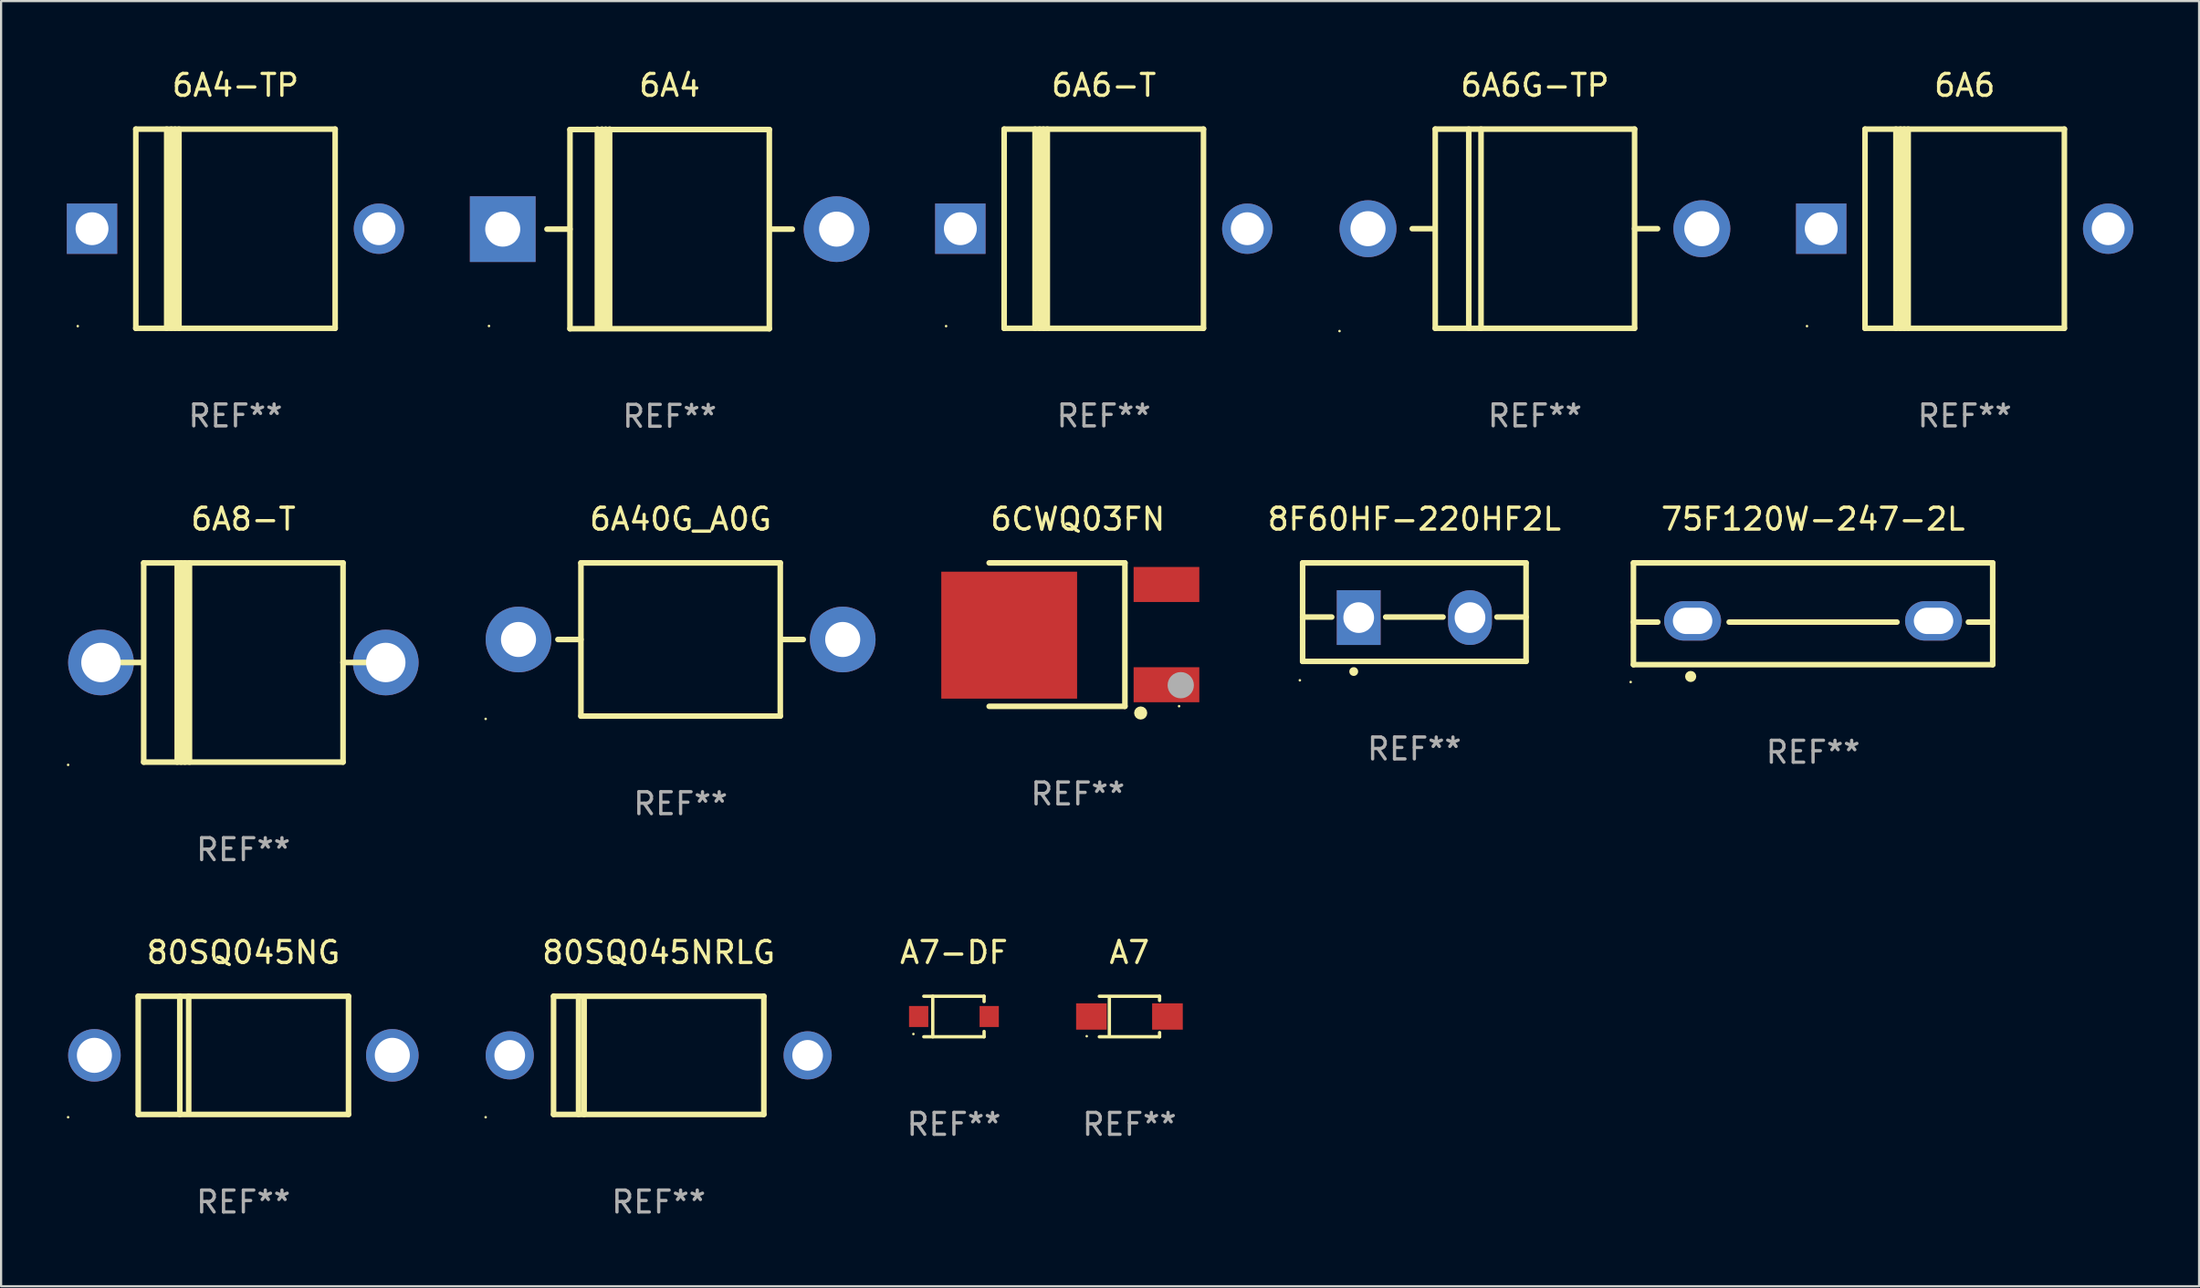
<source format=kicad_pcb>
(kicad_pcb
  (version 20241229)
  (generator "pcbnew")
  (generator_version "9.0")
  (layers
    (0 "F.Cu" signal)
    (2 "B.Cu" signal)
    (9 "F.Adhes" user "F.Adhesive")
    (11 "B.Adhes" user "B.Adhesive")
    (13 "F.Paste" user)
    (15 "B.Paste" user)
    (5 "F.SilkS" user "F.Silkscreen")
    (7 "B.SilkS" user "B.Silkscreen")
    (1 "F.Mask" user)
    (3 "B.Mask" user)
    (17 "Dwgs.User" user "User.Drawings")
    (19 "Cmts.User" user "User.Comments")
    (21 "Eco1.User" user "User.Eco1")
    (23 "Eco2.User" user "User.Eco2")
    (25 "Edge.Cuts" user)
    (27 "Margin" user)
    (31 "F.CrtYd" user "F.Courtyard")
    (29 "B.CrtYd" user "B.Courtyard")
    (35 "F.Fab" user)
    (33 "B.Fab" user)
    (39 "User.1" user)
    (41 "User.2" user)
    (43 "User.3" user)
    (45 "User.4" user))
  (footprint "8F60HF-220HF2L"
    (layer "F.Cu")
    (at 61.516 24.915)
    (property "Reference" "8F60HF-220HF2L" (at 0 -4.25 0) (layer "F.SilkS") (effects (font (size 1 1) (thickness 0.15))))
    (attr through_hole)
    (fp_line (start -5.1 -2.25) (end -5.1 2.25) (stroke (width 0.254) (type solid)) (layer "F.SilkS"))
    (fp_line (start -5.1 0.224) (end -3.772 0.224) (stroke (width 0.254) (type solid)) (layer "F.SilkS"))
    (fp_line (start -5.1 2.25) (end 5.1 2.25) (stroke (width 0.254) (type solid)) (layer "F.SilkS"))
    (fp_line (start -1.308 0.224) (end 1.309 0.224) (stroke (width 0.254) (type solid)) (layer "F.SilkS"))
    (fp_line (start 3.771 0.224) (end 5.1 0.224) (stroke (width 0.254) (type solid)) (layer "F.SilkS"))
    (fp_line (start 5.1 -2.25) (end -5.1 -2.25) (stroke (width 0.254) (type solid)) (layer "F.SilkS"))
    (fp_line (start 5.1 -2.25) (end 5.1 2.25) (stroke (width 0.254) (type solid)) (layer "F.SilkS"))
    (fp_arc (start -2.768606 2.713805) (mid -2.767336 2.713801) (end -2.766066 2.713805) (stroke (width 0.4) (type solid)) (layer "F.SilkS"))
    (fp_circle (center -5.227 3.114) (end -5.197 3.114) (stroke (width 0.06) (type solid)) (fill no) (layer "F.SilkS"))
    (fp_text user "REF**" (at 0 6.25 0) (layer "F.Fab") (effects (font (size 1 1) (thickness 0.15))))
    (pad "1" thru_hole rect (at -2.54 0.25) (size 2 2.5) (drill 1.4) (layers "*.Cu" "*.Mask"))
    (pad "3" thru_hole oval (at 2.54 0.25) (size 2 2.5) (drill 1.4) (layers "*.Cu" "*.Mask")))
  (footprint "6A4"
    (layer "F.Cu")
    (at 27.52 7.408)
    (property "Reference" "6A4" (at 0 -6.56 0) (layer "F.SilkS") (effects (font (size 1 1) (thickness 0.15))))
    (attr through_hole)
    (fp_line (start -5.6 0.01) (end -4.55 0.01) (stroke (width 0.254) (type solid)) (layer "F.SilkS"))
    (fp_line (start -4.55 -4.54) (end -4.55 4.56) (stroke (width 0.254) (type solid)) (layer "F.SilkS"))
    (fp_line (start -4.55 -4.54) (end 4.55 -4.54) (stroke (width 0.254) (type solid)) (layer "F.SilkS"))
    (fp_line (start -3.3 4.54) (end -3.3 -4.56) (stroke (width 0.254) (type solid)) (layer "F.SilkS"))
    (fp_line (start -3.09 4.54) (end -3.09 -4.56) (stroke (width 0.254) (type solid)) (layer "F.SilkS"))
    (fp_line (start -2.919 4.541) (end -2.919 -4.559) (stroke (width 0.254) (type solid)) (layer "F.SilkS"))
    (fp_line (start -2.74 4.54) (end -2.74 -4.56) (stroke (width 0.254) (type solid)) (layer "F.SilkS"))
    (fp_line (start 4.55 4.56) (end 4.55 -4.54) (stroke (width 0.254) (type solid)) (layer "F.SilkS"))
    (fp_line (start 4.55 4.56) (end -4.55 4.56) (stroke (width 0.254) (type solid)) (layer "F.SilkS"))
    (fp_line (start 4.58 0.01) (end 5.6 0.01) (stroke (width 0.254) (type solid)) (layer "F.SilkS"))
    (fp_circle (center -8.248 4.435) (end -8.218 4.435) (stroke (width 0.06) (type solid)) (fill no) (layer "F.SilkS"))
    (fp_text user "REF**" (at 0 8.56 0) (layer "F.Fab") (effects (font (size 1 1) (thickness 0.15))))
    (pad "1" thru_hole rect (at -7.62 0.01 180) (size 3 3) (drill 1.6) (layers "*.Cu" "*.Mask"))
    (pad "2" thru_hole circle (at 7.62 0.01) (size 3 3) (drill 1.6) (layers "*.Cu" "*.Mask")))
  (footprint "A7-DF"
    (layer "F.Cu")
    (at 40.498 43.389)
    (property "Reference" "A7-DF" (at 0 -2.926 0) (layer "F.SilkS") (effects (font (size 1 1) (thickness 0.15))))
    (attr through_hole)
    (fp_line (start -1.376 -0.926) (end 1.376 -0.926) (stroke (width 0.152) (type solid)) (layer "F.SilkS"))
    (fp_line (start -1.376 0.926) (end 1.376 0.926) (stroke (width 0.152) (type solid)) (layer "F.SilkS"))
    (fp_line (start -0.967 -0.926) (end -0.967 0.926) (stroke (width 0.152) (type solid)) (layer "F.SilkS"))
    (fp_line (start 1.376 -0.926) (end 1.376 -0.683) (stroke (width 0.152) (type solid)) (layer "F.SilkS"))
    (fp_line (start 1.376 0.926) (end 1.376 0.683) (stroke (width 0.152) (type solid)) (layer "F.SilkS"))
    (fp_circle (center -1.85 0.8) (end -1.82 0.8) (stroke (width 0.06) (type solid)) (fill no) (layer "F.SilkS"))
    (fp_text user "REF**" (at 0 4.926 0) (layer "F.Fab") (effects (font (size 1 1) (thickness 0.15))))
    (pad "1" smd rect (at -1.61 0) (size 0.88 0.96) (layers "F.Cu" "F.Mask" "F.Paste"))
    (pad "2" smd rect (at 1.61 0) (size 0.88 0.96) (layers "F.Cu" "F.Mask" "F.Paste")))
  (footprint "75F120W-247-2L"
    (layer "F.Cu")
    (at 79.718 24.99)
    (property "Reference" "75F120W-247-2L" (at 0 -4.325 0) (layer "F.SilkS") (effects (font (size 1 1) (thickness 0.15))))
    (attr through_hole)
    (fp_line (start -8.2 -2.325) (end -8.2 2.325) (stroke (width 0.254) (type solid)) (layer "F.SilkS"))
    (fp_line (start -8.2 -2.325) (end 8.2 -2.325) (stroke (width 0.254) (type solid)) (layer "F.SilkS"))
    (fp_line (start -8.2 0.38) (end -7.09 0.38) (stroke (width 0.254) (type solid)) (layer "F.SilkS"))
    (fp_line (start -8.2 2.325) (end 8.2 2.325) (stroke (width 0.254) (type solid)) (layer "F.SilkS"))
    (fp_line (start -3.83 0.38) (end 3.83 0.38) (stroke (width 0.254) (type solid)) (layer "F.SilkS"))
    (fp_line (start 7.09 0.38) (end 8.2 0.38) (stroke (width 0.254) (type solid)) (layer "F.SilkS"))
    (fp_line (start 8.2 -2.325) (end 8.2 2.325) (stroke (width 0.254) (type solid)) (layer "F.SilkS"))
    (fp_circle (center -8.327 3.119) (end -8.297 3.119) (stroke (width 0.06) (type solid)) (fill no) (layer "F.SilkS"))
    (fp_circle (center -5.588 2.865) (end -5.461 2.865) (stroke (width 0.254) (type solid)) (fill no) (layer "F.SilkS"))
    (fp_text user "REF**" (at 0 6.325 0) (layer "F.Fab") (effects (font (size 1 1) (thickness 0.15))))
    (pad "1" thru_hole oval (at -5.5 0.325) (size 2.6 1.8) (drill oval 1.8 1.2) (layers "*.Cu" "*.Mask"))
    (pad "3" thru_hole oval (at 5.5 0.325) (size 2.6 1.8) (drill oval 1.8 1.2) (layers "*.Cu" "*.Mask")))
  (footprint "6A6"
    (layer "F.Cu")
    (at 86.64 7.399)
    (property "Reference" "6A6" (at 0 -6.551 0) (layer "F.SilkS") (effects (font (size 1 1) (thickness 0.15))))
    (attr through_hole)
    (fp_line (start -4.55 -4.55) (end -4.55 4.55) (stroke (width 0.254) (type solid)) (layer "F.SilkS"))
    (fp_line (start -4.55 -4.55) (end 4.55 -4.55) (stroke (width 0.254) (type solid)) (layer "F.SilkS"))
    (fp_line (start -3.14 4.55) (end -3.14 -4.551) (stroke (width 0.254) (type solid)) (layer "F.SilkS"))
    (fp_line (start -2.93 4.55) (end -2.93 -4.551) (stroke (width 0.254) (type solid)) (layer "F.SilkS"))
    (fp_line (start -2.759 4.551) (end -2.759 -4.55) (stroke (width 0.254) (type solid)) (layer "F.SilkS"))
    (fp_line (start -2.58 4.55) (end -2.58 -4.551) (stroke (width 0.254) (type solid)) (layer "F.SilkS"))
    (fp_line (start 4.55 4.55) (end 4.55 -4.55) (stroke (width 0.254) (type solid)) (layer "F.SilkS"))
    (fp_line (start 4.55 4.549) (end -4.55 4.549) (stroke (width 0.254) (type solid)) (layer "F.SilkS"))
    (fp_circle (center -7.2 4.45) (end -7.17 4.45) (stroke (width 0.06) (type solid)) (fill no) (layer "F.SilkS"))
    (fp_text user "REF**" (at 0 8.551 0) (layer "F.Fab") (effects (font (size 1 1) (thickness 0.15))))
    (pad "1" thru_hole rect (at -6.55 -0.000483 180) (size 2.3 2.3) (drill 1.5) (layers "*.Cu" "*.Mask"))
    (pad "2" thru_hole circle (at 6.55 -0.000483) (size 2.3 2.3) (drill 1.5) (layers "*.Cu" "*.Mask")))
  (footprint "6A6-T"
    (layer "F.Cu")
    (at 47.34 7.399)
    (property "Reference" "6A6-T" (at 0 -6.551 0) (layer "F.SilkS") (effects (font (size 1 1) (thickness 0.15))))
    (attr through_hole)
    (fp_line (start -4.55 -4.55) (end -4.55 4.55) (stroke (width 0.254) (type solid)) (layer "F.SilkS"))
    (fp_line (start -4.55 -4.55) (end 4.55 -4.55) (stroke (width 0.254) (type solid)) (layer "F.SilkS"))
    (fp_line (start -3.14 4.55) (end -3.14 -4.551) (stroke (width 0.254) (type solid)) (layer "F.SilkS"))
    (fp_line (start -2.93 4.55) (end -2.93 -4.551) (stroke (width 0.254) (type solid)) (layer "F.SilkS"))
    (fp_line (start -2.759 4.551) (end -2.759 -4.55) (stroke (width 0.254) (type solid)) (layer "F.SilkS"))
    (fp_line (start -2.58 4.55) (end -2.58 -4.551) (stroke (width 0.254) (type solid)) (layer "F.SilkS"))
    (fp_line (start 4.55 4.55) (end 4.55 -4.55) (stroke (width 0.254) (type solid)) (layer "F.SilkS"))
    (fp_line (start 4.55 4.549) (end -4.55 4.549) (stroke (width 0.254) (type solid)) (layer "F.SilkS"))
    (fp_circle (center -7.2 4.45) (end -7.17 4.45) (stroke (width 0.06) (type solid)) (fill no) (layer "F.SilkS"))
    (fp_text user "REF**" (at 0 8.551 0) (layer "F.Fab") (effects (font (size 1 1) (thickness 0.15))))
    (pad "1" thru_hole rect (at -6.55 -0.000483 180) (size 2.3 2.3) (drill 1.5) (layers "*.Cu" "*.Mask"))
    (pad "2" thru_hole circle (at 6.55 -0.000483) (size 2.3 2.3) (drill 1.5) (layers "*.Cu" "*.Mask")))
  (footprint "6A40G_A0G"
    (layer "F.Cu")
    (at 28.02 26.165)
    (property "Reference" "6A40G_A0G" (at 0 -5.5 0) (layer "F.SilkS") (effects (font (size 1 1) (thickness 0.15))))
    (attr through_hole)
    (fp_line (start -5.6 0) (end -4.55 0) (stroke (width 0.254) (type solid)) (layer "F.SilkS"))
    (fp_line (start -4.55 -3.5) (end -4.55 3.5) (stroke (width 0.254) (type solid)) (layer "F.SilkS"))
    (fp_line (start -4.55 -3.5) (end 4.55 -3.5) (stroke (width 0.254) (type solid)) (layer "F.SilkS"))
    (fp_line (start 4.55 3.5) (end 4.55 -3.5) (stroke (width 0.254) (type solid)) (layer "F.SilkS"))
    (fp_line (start 4.55 3.5) (end -4.55 3.5) (stroke (width 0.254) (type solid)) (layer "F.SilkS"))
    (fp_line (start 4.58 0) (end 5.6 0) (stroke (width 0.254) (type solid)) (layer "F.SilkS"))
    (fp_circle (center -8.9 3.627) (end -8.87 3.627) (stroke (width 0.06) (type solid)) (fill no) (layer "F.SilkS"))
    (fp_text user "REF**" (at 0 7.5 0) (layer "F.Fab") (effects (font (size 1 1) (thickness 0.15))))
    (pad "1" thru_hole circle (at -7.4 0) (size 3 3) (drill 1.6) (layers "*.Cu" "*.Mask"))
    (pad "2" thru_hole circle (at 7.4 0) (size 3 3) (drill 1.6) (layers "*.Cu" "*.Mask")))
  (footprint "6A6G-TP"
    (layer "F.Cu")
    (at 67.02 7.398)
    (property "Reference" "6A6G-TP" (at 0 -6.55 0) (layer "F.SilkS") (effects (font (size 1 1) (thickness 0.15))))
    (attr through_hole)
    (fp_line (start -4.58 0.000127) (end -5.6 0.000127) (stroke (width 0.254) (type solid)) (layer "F.SilkS"))
    (fp_line (start -4.55 -4.55) (end 4.55 -4.55) (stroke (width 0.254) (type solid)) (layer "F.SilkS"))
    (fp_line (start -4.55 -4.55) (end -4.55 4.55) (stroke (width 0.254) (type solid)) (layer "F.SilkS"))
    (fp_line (start -3.02 -4.55) (end -3.02 4.55) (stroke (width 0.254) (type solid)) (layer "F.SilkS"))
    (fp_line (start -2.46 -4.55) (end -2.46 4.55) (stroke (width 0.254) (type solid)) (layer "F.SilkS"))
    (fp_line (start 4.55 4.55) (end -4.55 4.55) (stroke (width 0.254) (type solid)) (layer "F.SilkS"))
    (fp_line (start 4.55 4.55) (end 4.55 -4.55) (stroke (width 0.254) (type solid)) (layer "F.SilkS"))
    (fp_line (start 5.6 0.000127) (end 4.55 0.000127) (stroke (width 0.254) (type solid)) (layer "F.SilkS"))
    (fp_circle (center -8.92 4.677) (end -8.89 4.677) (stroke (width 0.06) (type solid)) (fill no) (layer "F.SilkS"))
    (fp_text user "REF**" (at 0 8.55 0) (layer "F.Fab") (effects (font (size 1 1) (thickness 0.15))))
    (pad "1" thru_hole circle (at -7.62 0.000127) (size 2.6 2.6) (drill 1.6) (layers "*.Cu" "*.Mask"))
    (pad "2" thru_hole circle (at 7.62 0.000127) (size 2.6 2.6) (drill 1.6) (layers "*.Cu" "*.Mask")))
  (footprint "A7"
    (layer "F.Cu")
    (at 48.51 43.389)
    (property "Reference" "A7" (at 0 -2.926 0) (layer "F.SilkS") (effects (font (size 1 1) (thickness 0.15))))
    (attr through_hole)
    (fp_line (start -1.376 -0.926) (end 1.376 -0.926) (stroke (width 0.152) (type solid)) (layer "F.SilkS"))
    (fp_line (start -1.376 0.926) (end 1.376 0.926) (stroke (width 0.152) (type solid)) (layer "F.SilkS"))
    (fp_line (start -0.917 -0.876) (end -0.917 0.876) (stroke (width 0.152) (type solid)) (layer "F.SilkS"))
    (fp_line (start 1.376 -0.926) (end 1.376 -0.733) (stroke (width 0.152) (type solid)) (layer "F.SilkS"))
    (fp_line (start 1.376 0.926) (end 1.376 0.733) (stroke (width 0.152) (type solid)) (layer "F.SilkS"))
    (fp_circle (center -1.95 0.9) (end -1.92 0.9) (stroke (width 0.06) (type solid)) (fill no) (layer "F.SilkS"))
    (fp_text user "REF**" (at 0 4.926 0) (layer "F.Fab") (effects (font (size 1 1) (thickness 0.15))))
    (pad "1" smd rect (at -1.735 0) (size 1.4 1.2) (layers "F.Cu" "F.Mask" "F.Paste"))
    (pad "2" smd rect (at 1.735 0) (size 1.4 1.2) (layers "F.Cu" "F.Mask" "F.Paste")))
  (footprint "80SQ045NRLG"
    (layer "F.Cu")
    (at 27.02 45.163)
    (property "Reference" "80SQ045NRLG" (at 0 -4.7 0) (layer "F.SilkS") (effects (font (size 1 1) (thickness 0.15))))
    (attr through_hole)
    (fp_line (start -4.8 -2.7) (end 4.8 -2.7) (stroke (width 0.254) (type solid)) (layer "F.SilkS"))
    (fp_line (start -4.8 2.7) (end -4.8 -2.7) (stroke (width 0.254) (type solid)) (layer "F.SilkS"))
    (fp_line (start -3.658 2.7) (end -3.658 -2.7) (stroke (width 0.254) (type solid)) (layer "F.SilkS"))
    (fp_line (start -3.404 2.7) (end -3.404 -2.54) (stroke (width 0.254) (type solid)) (layer "F.SilkS"))
    (fp_line (start 4.8 2.7) (end -4.8 2.7) (stroke (width 0.254) (type solid)) (layer "F.SilkS"))
    (fp_line (start 4.8 2.7) (end 4.8 -2.7) (stroke (width 0.254) (type solid)) (layer "F.SilkS"))
    (fp_circle (center -7.9 2.827) (end -7.87 2.827) (stroke (width 0.06) (type solid)) (fill no) (layer "F.SilkS"))
    (fp_text user "REF**" (at 0 6.7 0) (layer "F.Fab") (effects (font (size 1 1) (thickness 0.15))))
    (pad "1" thru_hole circle (at -6.8 0) (size 2.2 2.2) (drill 1.4) (layers "*.Cu" "*.Mask"))
    (pad "2" thru_hole circle (at 6.8 0) (size 2.2 2.2) (drill 1.4) (layers "*.Cu" "*.Mask")))
  (footprint "6A4-TP"
    (layer "F.Cu")
    (at 7.7 7.399)
    (property "Reference" "6A4-TP" (at 0 -6.551 0) (layer "F.SilkS") (effects (font (size 1 1) (thickness 0.15))))
    (attr through_hole)
    (fp_line (start -4.55 -4.55) (end -4.55 4.55) (stroke (width 0.254) (type solid)) (layer "F.SilkS"))
    (fp_line (start -4.55 -4.55) (end 4.55 -4.55) (stroke (width 0.254) (type solid)) (layer "F.SilkS"))
    (fp_line (start -3.14 4.55) (end -3.14 -4.551) (stroke (width 0.254) (type solid)) (layer "F.SilkS"))
    (fp_line (start -2.93 4.55) (end -2.93 -4.551) (stroke (width 0.254) (type solid)) (layer "F.SilkS"))
    (fp_line (start -2.759 4.551) (end -2.759 -4.55) (stroke (width 0.254) (type solid)) (layer "F.SilkS"))
    (fp_line (start -2.58 4.55) (end -2.58 -4.551) (stroke (width 0.254) (type solid)) (layer "F.SilkS"))
    (fp_line (start 4.55 4.55) (end 4.55 -4.55) (stroke (width 0.254) (type solid)) (layer "F.SilkS"))
    (fp_line (start 4.55 4.549) (end -4.55 4.549) (stroke (width 0.254) (type solid)) (layer "F.SilkS"))
    (fp_circle (center -7.2 4.45) (end -7.17 4.45) (stroke (width 0.06) (type solid)) (fill no) (layer "F.SilkS"))
    (fp_text user "REF**" (at 0 8.551 0) (layer "F.Fab") (effects (font (size 1 1) (thickness 0.15))))
    (pad "1" thru_hole rect (at -6.55 -0.000483 180) (size 2.3 2.3) (drill 1.5) (layers "*.Cu" "*.Mask"))
    (pad "2" thru_hole circle (at 6.55 -0.000483) (size 2.3 2.3) (drill 1.5) (layers "*.Cu" "*.Mask")))
  (footprint "80SQ045NG"
    (layer "F.Cu")
    (at 8.06 45.163)
    (property "Reference" "80SQ045NG" (at 0 -4.7 0) (layer "F.SilkS") (effects (font (size 1 1) (thickness 0.15))))
    (attr through_hole)
    (fp_line (start -4.8 -2.7) (end -4.8 2.7) (stroke (width 0.254) (type solid)) (layer "F.SilkS"))
    (fp_line (start -4.8 -2.7) (end 4.8 -2.7) (stroke (width 0.254) (type solid)) (layer "F.SilkS"))
    (fp_line (start -2.902 -2.7) (end -2.902 2.7) (stroke (width 0.254) (type solid)) (layer "F.SilkS"))
    (fp_line (start -2.496 -2.7) (end -2.496 2.54) (stroke (width 0.254) (type solid)) (layer "F.SilkS"))
    (fp_line (start 4.8 -2.7) (end 4.8 2.7) (stroke (width 0.254) (type solid)) (layer "F.SilkS"))
    (fp_line (start 4.8 2.7) (end -4.8 2.7) (stroke (width 0.254) (type solid)) (layer "F.SilkS"))
    (fp_circle (center -8 2.827) (end -7.97 2.827) (stroke (width 0.06) (type solid)) (fill no) (layer "F.SilkS"))
    (fp_text user "REF**" (at 0 6.7 0) (layer "F.Fab") (effects (font (size 1 1) (thickness 0.15))))
    (pad "1" thru_hole circle (at -6.8 0) (size 2.4 2.4) (drill 1.6) (layers "*.Cu" "*.Mask"))
    (pad "2" thru_hole circle (at 6.8 0) (size 2.4 2.4) (drill 1.6) (layers "*.Cu" "*.Mask")))
  (footprint "6A8-T"
    (layer "F.Cu")
    (at 8.06 27.215)
    (property "Reference" "6A8-T" (at 0 -6.551 0) (layer "F.SilkS") (effects (font (size 1 1) (thickness 0.15))))
    (attr through_hole)
    (fp_line (start -4.58 0.001) (end -5.6 0.001) (stroke (width 0.254) (type solid)) (layer "F.SilkS"))
    (fp_line (start -4.55 -4.549) (end 4.55 -4.549) (stroke (width 0.254) (type solid)) (layer "F.SilkS"))
    (fp_line (start -4.55 -4.55) (end -4.55 4.551) (stroke (width 0.254) (type solid)) (layer "F.SilkS"))
    (fp_line (start -3.02 -4.55) (end -3.02 4.551) (stroke (width 0.254) (type solid)) (layer "F.SilkS"))
    (fp_line (start -2.841 -4.551) (end -2.841 4.55) (stroke (width 0.254) (type solid)) (layer "F.SilkS"))
    (fp_line (start -2.67 -4.55) (end -2.67 4.551) (stroke (width 0.254) (type solid)) (layer "F.SilkS"))
    (fp_line (start -2.46 -4.55) (end -2.46 4.551) (stroke (width 0.254) (type solid)) (layer "F.SilkS"))
    (fp_line (start 4.55 4.551) (end -4.55 4.551) (stroke (width 0.254) (type solid)) (layer "F.SilkS"))
    (fp_line (start 4.55 4.551) (end 4.55 -4.55) (stroke (width 0.254) (type solid)) (layer "F.SilkS"))
    (fp_line (start 5.6 0.001) (end 4.55 0.001) (stroke (width 0.254) (type solid)) (layer "F.SilkS"))
    (fp_circle (center -8 4.678) (end -7.97 4.678) (stroke (width 0.06) (type solid)) (fill no) (layer "F.SilkS"))
    (fp_text user "REF**" (at 0 8.551 0) (layer "F.Fab") (effects (font (size 1 1) (thickness 0.15))))
    (pad "1" thru_hole circle (at -6.5 0.001) (size 3 3) (drill 1.8) (layers "*.Cu" "*.Mask"))
    (pad "2" thru_hole circle (at 6.5 0.001) (size 3 3) (drill 1.8) (layers "*.Cu" "*.Mask")))
  (footprint "6CWQ03FN"
    (layer "F.Cu")
    (at 46.153 25.942)
    (property "Reference" "6CWQ03FN" (at 0 -5.277 0) (layer "F.SilkS") (effects (font (size 1 1) (thickness 0.15))))
    (attr through_hole)
    (fp_line (start -4.047 -3.277) (end 2.15 -3.277) (stroke (width 0.254) (type solid)) (layer "F.SilkS"))
    (fp_line (start 2.15 -3.277) (end 2.15 3.277) (stroke (width 0.254) (type solid)) (layer "F.SilkS"))
    (fp_line (start 2.15 3.277) (end -4.047 3.277) (stroke (width 0.254) (type solid)) (layer "F.SilkS"))
    (fp_circle (center 2.87 3.581) (end 3.02 3.581) (stroke (width 0.3) (type solid)) (fill no) (layer "F.SilkS"))
    (fp_circle (center 4.623 3.27) (end 4.653 3.27) (stroke (width 0.06) (type solid)) (fill no) (layer "F.SilkS"))
    (fp_circle (center 4.699 2.311) (end 4.999 2.311) (stroke (width 0.6) (type solid)) (fill no) (layer "F.Fab"))
    (fp_text user "REF**" (at 0 7.277 0) (layer "F.Fab") (effects (font (size 1 1) (thickness 0.15))))
    (pad "1" smd rect (at 4.047 2.29) (size 3 1.6) (layers "F.Cu" "F.Mask" "F.Paste"))
    (pad "3" smd rect (at 4.047 -2.29) (size 3 1.6) (layers "F.Cu" "F.Mask" "F.Paste"))
    (pad "4" smd rect (at -3.133 0.025) (size 6.2 5.8) (layers "F.Cu" "F.Mask" "F.Paste")))
  (gr_rect
    (start -3 -3)
    (end 97.34 55.711)
    (stroke (width 0.1) (type default))
    (fill no)
    (layer "Edge.Cuts")))
</source>
